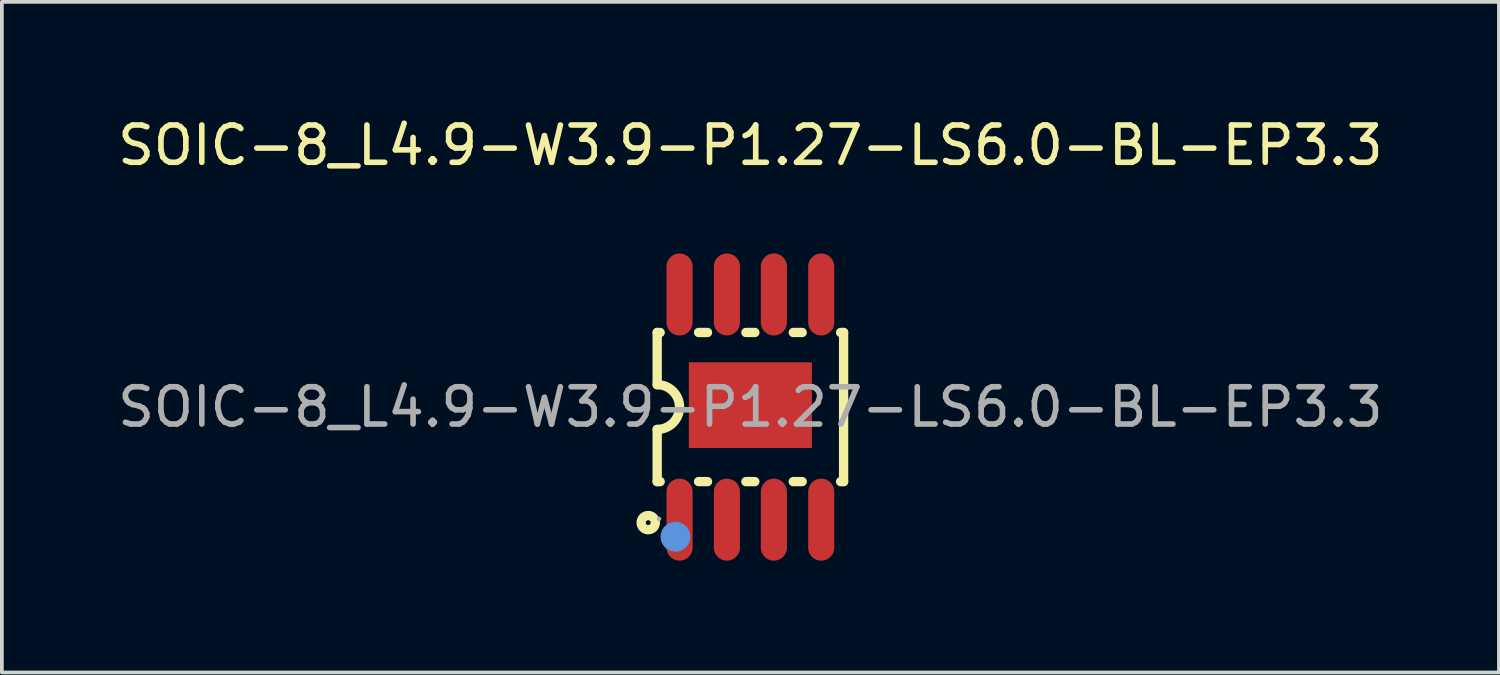
<source format=kicad_pcb>
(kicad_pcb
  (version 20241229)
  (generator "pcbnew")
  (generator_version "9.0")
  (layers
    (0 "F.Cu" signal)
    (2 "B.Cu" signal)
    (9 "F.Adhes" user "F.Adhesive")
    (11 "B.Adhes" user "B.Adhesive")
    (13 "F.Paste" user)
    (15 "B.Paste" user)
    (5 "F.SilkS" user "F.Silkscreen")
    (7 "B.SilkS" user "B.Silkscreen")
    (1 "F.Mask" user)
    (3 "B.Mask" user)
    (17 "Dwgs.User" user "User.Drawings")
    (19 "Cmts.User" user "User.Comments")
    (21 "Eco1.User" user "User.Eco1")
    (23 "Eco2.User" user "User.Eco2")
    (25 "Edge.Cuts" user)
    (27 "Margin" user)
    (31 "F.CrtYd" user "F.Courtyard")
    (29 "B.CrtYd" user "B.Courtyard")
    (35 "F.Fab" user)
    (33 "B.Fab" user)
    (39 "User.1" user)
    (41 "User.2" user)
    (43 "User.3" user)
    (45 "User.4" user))
  (footprint "SOIC-8_L4.9-W3.9-P1.27-LS6.0-BL-EP3.3"
    (layer "F.Cu")
    (at 17.077 7.868)
    (property "Reference" "SOIC-8_L4.9-W3.9-P1.27-LS6.0-BL-EP3.3" (at 0 -7.02 0) (layer "F.SilkS") (effects (font (size 1 1) (thickness 0.15))))
    (attr smd)
    (fp_line (start -2.5 -2) (end -2.5 -0.6) (stroke (width 0.25) (type solid)) (layer "F.SilkS"))
    (fp_line (start -2.5 2) (end -2.5 0.6) (stroke (width 0.25) (type solid)) (layer "F.SilkS"))
    (fp_line (start -2.42 -2) (end -2.5 -2) (stroke (width 0.25) (type solid)) (layer "F.SilkS"))
    (fp_line (start -2.42 2) (end -2.5 2) (stroke (width 0.25) (type solid)) (layer "F.SilkS"))
    (fp_line (start -1.15 -2) (end -1.39 -2) (stroke (width 0.25) (type solid)) (layer "F.SilkS"))
    (fp_line (start -1.15 2) (end -1.39 2) (stroke (width 0.25) (type solid)) (layer "F.SilkS"))
    (fp_line (start 0.12 -2) (end -0.12 -2) (stroke (width 0.25) (type solid)) (layer "F.SilkS"))
    (fp_line (start 0.12 2) (end -0.12 2) (stroke (width 0.25) (type solid)) (layer "F.SilkS"))
    (fp_line (start 1.39 -2) (end 1.15 -2) (stroke (width 0.25) (type solid)) (layer "F.SilkS"))
    (fp_line (start 1.39 2) (end 1.15 2) (stroke (width 0.25) (type solid)) (layer "F.SilkS"))
    (fp_line (start 2.5 -2) (end 2.42 -2) (stroke (width 0.25) (type solid)) (layer "F.SilkS"))
    (fp_line (start 2.5 -2) (end 2.5 2) (stroke (width 0.25) (type solid)) (layer "F.SilkS"))
    (fp_line (start 2.5 2) (end 2.42 2) (stroke (width 0.25) (type solid)) (layer "F.SilkS"))
    (fp_arc (start -2.5 -0.6) (mid -1.9 0) (end -2.5 0.6) (stroke (width 0.25) (type solid)) (layer "F.SilkS"))
    (fp_circle (center -2.74 3.1) (end -2.55 3.1) (stroke (width 0.25) (type solid)) (fill no) (layer "F.SilkS"))
    (fp_circle (center -2.01 3.48) (end -1.81 3.48) (stroke (width 0.4) (type solid)) (fill no) (layer "Cmts.User"))
    (fp_circle (center -2.45 3) (end -2.42 3) (stroke (width 0.06) (type solid)) (fill no) (layer "F.Fab"))
    (fp_text user "${REFERENCE}" (at 0 0 0) (layer "F.Fab") (effects (font (size 1 1) (thickness 0.15))))
    (pad "1" smd oval (at -1.9 3.02 180) (size 0.7 2.2) (layers "F.Cu" "F.Mask" "F.Paste"))
    (pad "2" smd oval (at -0.63 3.02 180) (size 0.7 2.2) (layers "F.Cu" "F.Mask" "F.Paste"))
    (pad "3" smd oval (at 0.63 3.02 180) (size 0.7 2.2) (layers "F.Cu" "F.Mask" "F.Paste"))
    (pad "4" smd oval (at 1.9 3.02 180) (size 0.7 2.2) (layers "F.Cu" "F.Mask" "F.Paste"))
    (pad "5" smd oval (at 1.9 -3.02 180) (size 0.7 2.2) (layers "F.Cu" "F.Mask" "F.Paste"))
    (pad "6" smd oval (at 0.63 -3.02 180) (size 0.7 2.2) (layers "F.Cu" "F.Mask" "F.Paste"))
    (pad "7" smd oval (at -0.63 -3.02 180) (size 0.7 2.2) (layers "F.Cu" "F.Mask" "F.Paste"))
    (pad "8" smd oval (at -1.9 -3.02 180) (size 0.7 2.2) (layers "F.Cu" "F.Mask" "F.Paste"))
    (pad "9" smd rect (at 0 -0.05 90) (size 2.3 3.3) (layers "F.Cu" "F.Mask" "F.Paste")))
  (gr_rect
    (start -3 -3)
    (end 37.155 14.988)
    (stroke (width 0.1) (type default))
    (fill no)
    (layer "Edge.Cuts")))
</source>
